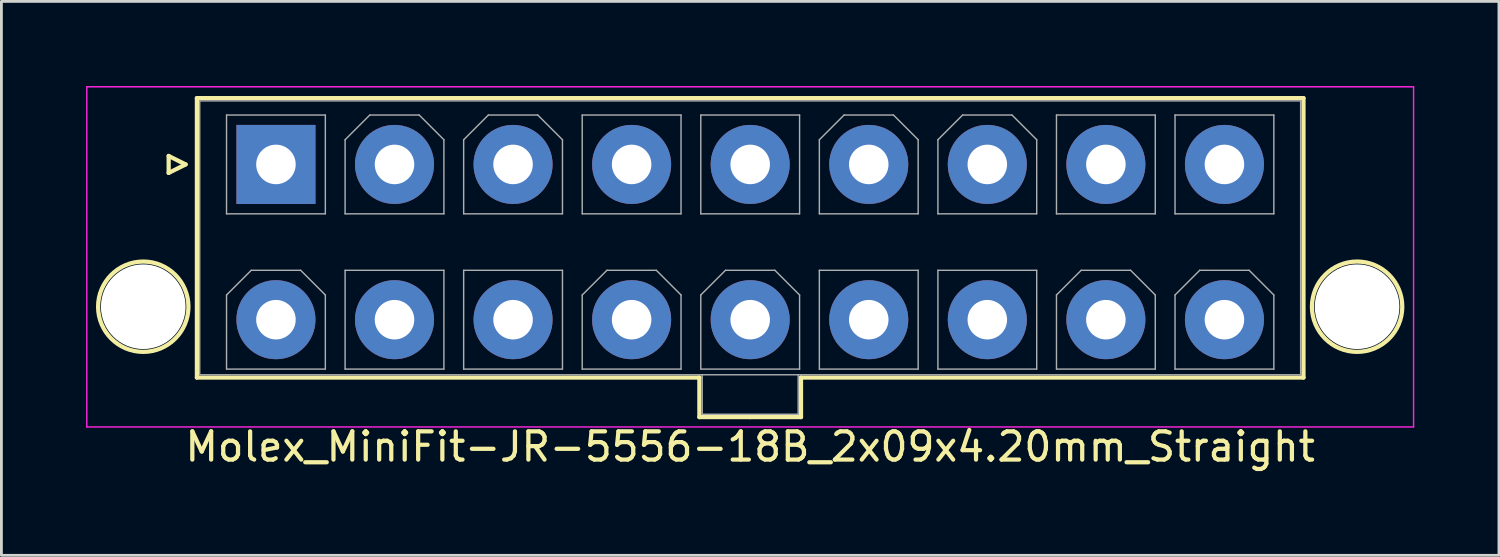
<source format=kicad_pcb>
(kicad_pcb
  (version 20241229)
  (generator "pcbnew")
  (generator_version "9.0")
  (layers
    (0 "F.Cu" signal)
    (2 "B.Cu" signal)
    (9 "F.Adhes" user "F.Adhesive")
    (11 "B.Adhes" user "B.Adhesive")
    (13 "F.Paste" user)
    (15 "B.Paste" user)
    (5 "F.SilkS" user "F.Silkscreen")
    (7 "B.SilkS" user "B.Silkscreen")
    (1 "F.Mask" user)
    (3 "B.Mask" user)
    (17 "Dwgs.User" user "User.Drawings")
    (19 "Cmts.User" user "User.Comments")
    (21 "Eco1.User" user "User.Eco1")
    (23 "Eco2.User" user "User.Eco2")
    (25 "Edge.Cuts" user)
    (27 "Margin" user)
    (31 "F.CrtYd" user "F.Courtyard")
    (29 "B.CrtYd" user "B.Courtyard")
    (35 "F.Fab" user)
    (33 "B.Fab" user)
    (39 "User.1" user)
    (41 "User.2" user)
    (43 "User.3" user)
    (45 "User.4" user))
  (footprint "Molex_MiniFit-JR-5556-18B_2x09x4.20mm_Straight"
    (layer "F.Cu")
    (at 6.725 2.775)
    (property "Reference" "Molex_MiniFit-JR-5556-18B_2x09x4.20mm_Straight" (at 16.8 10 0) (layer "F.SilkS") (effects (font (size 1 1) (thickness 0.15))))
    (attr through_hole)
    (fp_line (start -3.8 -0.3) (end -3.2 0) (stroke (width 0.15) (type solid)) (layer "F.SilkS"))
    (fp_line (start -3.8 0.3) (end -3.8 -0.3) (stroke (width 0.15) (type solid)) (layer "F.SilkS"))
    (fp_line (start -3.2 0) (end -3.8 0.3) (stroke (width 0.15) (type solid)) (layer "F.SilkS"))
    (fp_line (start -2.8 -2.35) (end -2.8 7.55) (stroke (width 0.15) (type solid)) (layer "F.SilkS"))
    (fp_line (start -2.8 7.55) (end 15 7.55) (stroke (width 0.15) (type solid)) (layer "F.SilkS"))
    (fp_line (start 15 7.55) (end 15 8.95) (stroke (width 0.15) (type solid)) (layer "F.SilkS"))
    (fp_line (start 15 8.95) (end 16.8 8.95) (stroke (width 0.15) (type solid)) (layer "F.SilkS"))
    (fp_line (start 16.8 -2.35) (end -2.8 -2.35) (stroke (width 0.15) (type solid)) (layer "F.SilkS"))
    (fp_line (start 16.8 -2.35) (end 36.4 -2.35) (stroke (width 0.15) (type solid)) (layer "F.SilkS"))
    (fp_line (start 18.6 7.55) (end 18.6 8.95) (stroke (width 0.15) (type solid)) (layer "F.SilkS"))
    (fp_line (start 18.6 8.95) (end 16.8 8.95) (stroke (width 0.15) (type solid)) (layer "F.SilkS"))
    (fp_line (start 36.4 -2.35) (end 36.4 7.55) (stroke (width 0.15) (type solid)) (layer "F.SilkS"))
    (fp_line (start 36.4 7.55) (end 18.6 7.55) (stroke (width 0.15) (type solid)) (layer "F.SilkS"))
    (fp_circle (center -4.7 5.04) (end -3.1 5.04) (stroke (width 0.15) (type solid)) (fill no) (layer "F.SilkS"))
    (fp_circle (center 38.3 5.04) (end 39.9 5.04) (stroke (width 0.15) (type solid)) (fill no) (layer "F.SilkS"))
    (fp_line (start -6.7 -2.75) (end -6.7 9.3) (stroke (width 0.05) (type solid)) (layer "F.CrtYd"))
    (fp_line (start -6.7 9.3) (end 40.3 9.3) (stroke (width 0.05) (type solid)) (layer "F.CrtYd"))
    (fp_line (start 40.3 -2.75) (end -6.7 -2.75) (stroke (width 0.05) (type solid)) (layer "F.CrtYd"))
    (fp_line (start 40.3 9.3) (end 40.3 -2.75) (stroke (width 0.05) (type solid)) (layer "F.CrtYd"))
    (fp_line (start -2.7 -2.25) (end -2.7 7.45) (stroke (width 0.05) (type solid)) (layer "F.Fab"))
    (fp_line (start -2.7 7.45) (end 36.3 7.45) (stroke (width 0.05) (type solid)) (layer "F.Fab"))
    (fp_line (start -1.75 -1.75) (end -1.75 1.75) (stroke (width 0.05) (type solid)) (layer "F.Fab"))
    (fp_line (start -1.75 1.75) (end 1.75 1.75) (stroke (width 0.05) (type solid)) (layer "F.Fab"))
    (fp_line (start -1.75 4.625) (end -0.875 3.75) (stroke (width 0.05) (type solid)) (layer "F.Fab"))
    (fp_line (start -1.75 7.25) (end -1.75 4.625) (stroke (width 0.05) (type solid)) (layer "F.Fab"))
    (fp_line (start -0.875 3.75) (end 0.875 3.75) (stroke (width 0.05) (type solid)) (layer "F.Fab"))
    (fp_line (start 0.875 3.75) (end 1.75 4.625) (stroke (width 0.05) (type solid)) (layer "F.Fab"))
    (fp_line (start 1.75 -1.75) (end -1.75 -1.75) (stroke (width 0.05) (type solid)) (layer "F.Fab"))
    (fp_line (start 1.75 1.75) (end 1.75 -1.75) (stroke (width 0.05) (type solid)) (layer "F.Fab"))
    (fp_line (start 1.75 4.625) (end 1.75 7.25) (stroke (width 0.05) (type solid)) (layer "F.Fab"))
    (fp_line (start 1.75 7.25) (end -1.75 7.25) (stroke (width 0.05) (type solid)) (layer "F.Fab"))
    (fp_line (start 2.45 -0.875) (end 3.325 -1.75) (stroke (width 0.05) (type solid)) (layer "F.Fab"))
    (fp_line (start 2.45 1.75) (end 2.45 -0.875) (stroke (width 0.05) (type solid)) (layer "F.Fab"))
    (fp_line (start 2.45 3.75) (end 2.45 7.25) (stroke (width 0.05) (type solid)) (layer "F.Fab"))
    (fp_line (start 2.45 7.25) (end 5.95 7.25) (stroke (width 0.05) (type solid)) (layer "F.Fab"))
    (fp_line (start 3.325 -1.75) (end 5.075 -1.75) (stroke (width 0.05) (type solid)) (layer "F.Fab"))
    (fp_line (start 5.075 -1.75) (end 5.95 -0.875) (stroke (width 0.05) (type solid)) (layer "F.Fab"))
    (fp_line (start 5.95 -0.875) (end 5.95 1.75) (stroke (width 0.05) (type solid)) (layer "F.Fab"))
    (fp_line (start 5.95 1.75) (end 2.45 1.75) (stroke (width 0.05) (type solid)) (layer "F.Fab"))
    (fp_line (start 5.95 3.75) (end 2.45 3.75) (stroke (width 0.05) (type solid)) (layer "F.Fab"))
    (fp_line (start 5.95 7.25) (end 5.95 3.75) (stroke (width 0.05) (type solid)) (layer "F.Fab"))
    (fp_line (start 6.65 -0.875) (end 7.525 -1.75) (stroke (width 0.05) (type solid)) (layer "F.Fab"))
    (fp_line (start 6.65 1.75) (end 6.65 -0.875) (stroke (width 0.05) (type solid)) (layer "F.Fab"))
    (fp_line (start 6.65 3.75) (end 6.65 7.25) (stroke (width 0.05) (type solid)) (layer "F.Fab"))
    (fp_line (start 6.65 7.25) (end 10.15 7.25) (stroke (width 0.05) (type solid)) (layer "F.Fab"))
    (fp_line (start 7.525 -1.75) (end 9.275 -1.75) (stroke (width 0.05) (type solid)) (layer "F.Fab"))
    (fp_line (start 9.275 -1.75) (end 10.15 -0.875) (stroke (width 0.05) (type solid)) (layer "F.Fab"))
    (fp_line (start 10.15 -0.875) (end 10.15 1.75) (stroke (width 0.05) (type solid)) (layer "F.Fab"))
    (fp_line (start 10.15 1.75) (end 6.65 1.75) (stroke (width 0.05) (type solid)) (layer "F.Fab"))
    (fp_line (start 10.15 3.75) (end 6.65 3.75) (stroke (width 0.05) (type solid)) (layer "F.Fab"))
    (fp_line (start 10.15 7.25) (end 10.15 3.75) (stroke (width 0.05) (type solid)) (layer "F.Fab"))
    (fp_line (start 10.85 -1.75) (end 10.85 1.75) (stroke (width 0.05) (type solid)) (layer "F.Fab"))
    (fp_line (start 10.85 1.75) (end 14.35 1.75) (stroke (width 0.05) (type solid)) (layer "F.Fab"))
    (fp_line (start 10.85 4.625) (end 11.725 3.75) (stroke (width 0.05) (type solid)) (layer "F.Fab"))
    (fp_line (start 10.85 7.25) (end 10.85 4.625) (stroke (width 0.05) (type solid)) (layer "F.Fab"))
    (fp_line (start 11.725 3.75) (end 13.475 3.75) (stroke (width 0.05) (type solid)) (layer "F.Fab"))
    (fp_line (start 13.475 3.75) (end 14.35 4.625) (stroke (width 0.05) (type solid)) (layer "F.Fab"))
    (fp_line (start 14.35 -1.75) (end 10.85 -1.75) (stroke (width 0.05) (type solid)) (layer "F.Fab"))
    (fp_line (start 14.35 1.75) (end 14.35 -1.75) (stroke (width 0.05) (type solid)) (layer "F.Fab"))
    (fp_line (start 14.35 4.625) (end 14.35 7.25) (stroke (width 0.05) (type solid)) (layer "F.Fab"))
    (fp_line (start 14.35 7.25) (end 10.85 7.25) (stroke (width 0.05) (type solid)) (layer "F.Fab"))
    (fp_line (start 15.05 -1.75) (end 15.05 1.75) (stroke (width 0.05) (type solid)) (layer "F.Fab"))
    (fp_line (start 15.05 1.75) (end 18.55 1.75) (stroke (width 0.05) (type solid)) (layer "F.Fab"))
    (fp_line (start 15.05 4.625) (end 15.925 3.75) (stroke (width 0.05) (type solid)) (layer "F.Fab"))
    (fp_line (start 15.05 7.25) (end 15.05 4.625) (stroke (width 0.05) (type solid)) (layer "F.Fab"))
    (fp_line (start 15.1 7.45) (end 15.1 8.85) (stroke (width 0.05) (type solid)) (layer "F.Fab"))
    (fp_line (start 15.1 8.85) (end 18.5 8.85) (stroke (width 0.05) (type solid)) (layer "F.Fab"))
    (fp_line (start 15.925 3.75) (end 17.675 3.75) (stroke (width 0.05) (type solid)) (layer "F.Fab"))
    (fp_line (start 17.675 3.75) (end 18.55 4.625) (stroke (width 0.05) (type solid)) (layer "F.Fab"))
    (fp_line (start 18.5 8.85) (end 18.5 7.45) (stroke (width 0.05) (type solid)) (layer "F.Fab"))
    (fp_line (start 18.55 -1.75) (end 15.05 -1.75) (stroke (width 0.05) (type solid)) (layer "F.Fab"))
    (fp_line (start 18.55 1.75) (end 18.55 -1.75) (stroke (width 0.05) (type solid)) (layer "F.Fab"))
    (fp_line (start 18.55 4.625) (end 18.55 7.25) (stroke (width 0.05) (type solid)) (layer "F.Fab"))
    (fp_line (start 18.55 7.25) (end 15.05 7.25) (stroke (width 0.05) (type solid)) (layer "F.Fab"))
    (fp_line (start 19.25 -0.875) (end 20.125 -1.75) (stroke (width 0.05) (type solid)) (layer "F.Fab"))
    (fp_line (start 19.25 1.75) (end 19.25 -0.875) (stroke (width 0.05) (type solid)) (layer "F.Fab"))
    (fp_line (start 19.25 3.75) (end 19.25 7.25) (stroke (width 0.05) (type solid)) (layer "F.Fab"))
    (fp_line (start 19.25 7.25) (end 22.75 7.25) (stroke (width 0.05) (type solid)) (layer "F.Fab"))
    (fp_line (start 20.125 -1.75) (end 21.875 -1.75) (stroke (width 0.05) (type solid)) (layer "F.Fab"))
    (fp_line (start 21.875 -1.75) (end 22.75 -0.875) (stroke (width 0.05) (type solid)) (layer "F.Fab"))
    (fp_line (start 22.75 -0.875) (end 22.75 1.75) (stroke (width 0.05) (type solid)) (layer "F.Fab"))
    (fp_line (start 22.75 1.75) (end 19.25 1.75) (stroke (width 0.05) (type solid)) (layer "F.Fab"))
    (fp_line (start 22.75 3.75) (end 19.25 3.75) (stroke (width 0.05) (type solid)) (layer "F.Fab"))
    (fp_line (start 22.75 7.25) (end 22.75 3.75) (stroke (width 0.05) (type solid)) (layer "F.Fab"))
    (fp_line (start 23.45 -0.875) (end 24.325 -1.75) (stroke (width 0.05) (type solid)) (layer "F.Fab"))
    (fp_line (start 23.45 1.75) (end 23.45 -0.875) (stroke (width 0.05) (type solid)) (layer "F.Fab"))
    (fp_line (start 23.45 3.75) (end 23.45 7.25) (stroke (width 0.05) (type solid)) (layer "F.Fab"))
    (fp_line (start 23.45 7.25) (end 26.95 7.25) (stroke (width 0.05) (type solid)) (layer "F.Fab"))
    (fp_line (start 24.325 -1.75) (end 26.075 -1.75) (stroke (width 0.05) (type solid)) (layer "F.Fab"))
    (fp_line (start 26.075 -1.75) (end 26.95 -0.875) (stroke (width 0.05) (type solid)) (layer "F.Fab"))
    (fp_line (start 26.95 -0.875) (end 26.95 1.75) (stroke (width 0.05) (type solid)) (layer "F.Fab"))
    (fp_line (start 26.95 1.75) (end 23.45 1.75) (stroke (width 0.05) (type solid)) (layer "F.Fab"))
    (fp_line (start 26.95 3.75) (end 23.45 3.75) (stroke (width 0.05) (type solid)) (layer "F.Fab"))
    (fp_line (start 26.95 7.25) (end 26.95 3.75) (stroke (width 0.05) (type solid)) (layer "F.Fab"))
    (fp_line (start 27.65 -1.75) (end 27.65 1.75) (stroke (width 0.05) (type solid)) (layer "F.Fab"))
    (fp_line (start 27.65 1.75) (end 31.15 1.75) (stroke (width 0.05) (type solid)) (layer "F.Fab"))
    (fp_line (start 27.65 4.625) (end 28.525 3.75) (stroke (width 0.05) (type solid)) (layer "F.Fab"))
    (fp_line (start 27.65 7.25) (end 27.65 4.625) (stroke (width 0.05) (type solid)) (layer "F.Fab"))
    (fp_line (start 28.525 3.75) (end 30.275 3.75) (stroke (width 0.05) (type solid)) (layer "F.Fab"))
    (fp_line (start 30.275 3.75) (end 31.15 4.625) (stroke (width 0.05) (type solid)) (layer "F.Fab"))
    (fp_line (start 31.15 -1.75) (end 27.65 -1.75) (stroke (width 0.05) (type solid)) (layer "F.Fab"))
    (fp_line (start 31.15 1.75) (end 31.15 -1.75) (stroke (width 0.05) (type solid)) (layer "F.Fab"))
    (fp_line (start 31.15 4.625) (end 31.15 7.25) (stroke (width 0.05) (type solid)) (layer "F.Fab"))
    (fp_line (start 31.15 7.25) (end 27.65 7.25) (stroke (width 0.05) (type solid)) (layer "F.Fab"))
    (fp_line (start 31.85 -1.75) (end 31.85 1.75) (stroke (width 0.05) (type solid)) (layer "F.Fab"))
    (fp_line (start 31.85 1.75) (end 35.35 1.75) (stroke (width 0.05) (type solid)) (layer "F.Fab"))
    (fp_line (start 31.85 4.625) (end 32.725 3.75) (stroke (width 0.05) (type solid)) (layer "F.Fab"))
    (fp_line (start 31.85 7.25) (end 31.85 4.625) (stroke (width 0.05) (type solid)) (layer "F.Fab"))
    (fp_line (start 32.725 3.75) (end 34.475 3.75) (stroke (width 0.05) (type solid)) (layer "F.Fab"))
    (fp_line (start 34.475 3.75) (end 35.35 4.625) (stroke (width 0.05) (type solid)) (layer "F.Fab"))
    (fp_line (start 35.35 -1.75) (end 31.85 -1.75) (stroke (width 0.05) (type solid)) (layer "F.Fab"))
    (fp_line (start 35.35 1.75) (end 35.35 -1.75) (stroke (width 0.05) (type solid)) (layer "F.Fab"))
    (fp_line (start 35.35 4.625) (end 35.35 7.25) (stroke (width 0.05) (type solid)) (layer "F.Fab"))
    (fp_line (start 35.35 7.25) (end 31.85 7.25) (stroke (width 0.05) (type solid)) (layer "F.Fab"))
    (fp_line (start 36.3 -2.25) (end -2.7 -2.25) (stroke (width 0.05) (type solid)) (layer "F.Fab"))
    (fp_line (start 36.3 7.45) (end 36.3 -2.25) (stroke (width 0.05) (type solid)) (layer "F.Fab"))
    (pad "" np_thru_hole circle (at -4.7 5.04) (size 3 3) (drill 3) (layers "*.Cu"))
    (pad "" np_thru_hole circle (at 38.3 5.04) (size 3 3) (drill 3) (layers "*.Cu"))
    (pad "1" thru_hole rect (at 0 0) (size 2.8 2.8) (drill 1.4) (layers "*.Cu" "*.Mask"))
    (pad "2" thru_hole circle (at 4.2 0) (size 2.8 2.8) (drill 1.4) (layers "*.Cu" "*.Mask"))
    (pad "3" thru_hole circle (at 8.4 0) (size 2.8 2.8) (drill 1.4) (layers "*.Cu" "*.Mask"))
    (pad "4" thru_hole circle (at 12.6 0) (size 2.8 2.8) (drill 1.4) (layers "*.Cu" "*.Mask"))
    (pad "5" thru_hole circle (at 16.8 0) (size 2.8 2.8) (drill 1.4) (layers "*.Cu" "*.Mask"))
    (pad "6" thru_hole circle (at 21 0) (size 2.8 2.8) (drill 1.4) (layers "*.Cu" "*.Mask"))
    (pad "7" thru_hole circle (at 25.2 0) (size 2.8 2.8) (drill 1.4) (layers "*.Cu" "*.Mask"))
    (pad "8" thru_hole circle (at 29.4 0) (size 2.8 2.8) (drill 1.4) (layers "*.Cu" "*.Mask"))
    (pad "9" thru_hole circle (at 33.6 0) (size 2.8 2.8) (drill 1.4) (layers "*.Cu" "*.Mask"))
    (pad "10" thru_hole circle (at 0 5.5) (size 2.8 2.8) (drill 1.4) (layers "*.Cu" "*.Mask"))
    (pad "11" thru_hole circle (at 4.2 5.5) (size 2.8 2.8) (drill 1.4) (layers "*.Cu" "*.Mask"))
    (pad "12" thru_hole circle (at 8.4 5.5) (size 2.8 2.8) (drill 1.4) (layers "*.Cu" "*.Mask"))
    (pad "13" thru_hole circle (at 12.6 5.5) (size 2.8 2.8) (drill 1.4) (layers "*.Cu" "*.Mask"))
    (pad "14" thru_hole circle (at 16.8 5.5) (size 2.8 2.8) (drill 1.4) (layers "*.Cu" "*.Mask"))
    (pad "15" thru_hole circle (at 21 5.5) (size 2.8 2.8) (drill 1.4) (layers "*.Cu" "*.Mask"))
    (pad "16" thru_hole circle (at 25.2 5.5) (size 2.8 2.8) (drill 1.4) (layers "*.Cu" "*.Mask"))
    (pad "17" thru_hole circle (at 29.4 5.5) (size 2.8 2.8) (drill 1.4) (layers "*.Cu" "*.Mask"))
    (pad "18" thru_hole circle (at 33.6 5.5) (size 2.8 2.8) (drill 1.4) (layers "*.Cu" "*.Mask")))
  (gr_rect
    (start -3 -3)
    (end 50.05 16.623)
    (stroke (width 0.1) (type default))
    (fill no)
    (layer "Edge.Cuts")))
</source>
